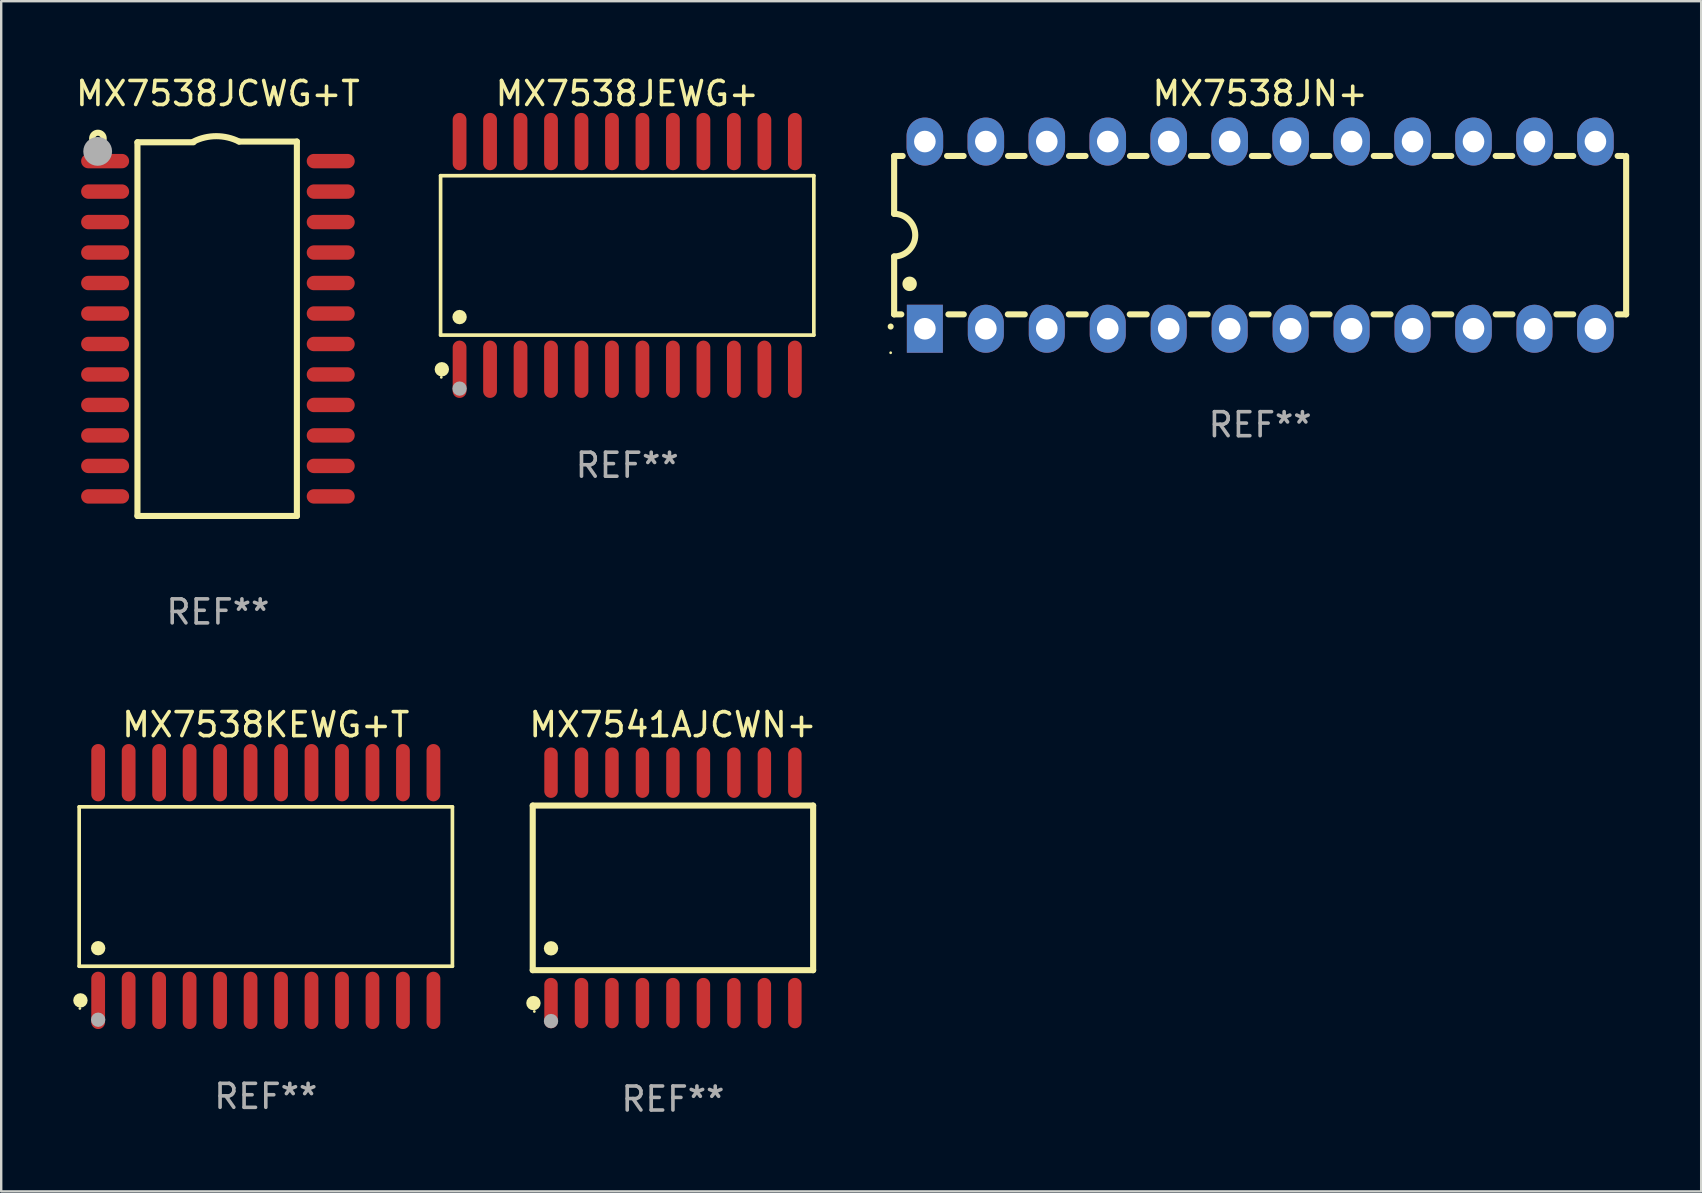
<source format=kicad_pcb>
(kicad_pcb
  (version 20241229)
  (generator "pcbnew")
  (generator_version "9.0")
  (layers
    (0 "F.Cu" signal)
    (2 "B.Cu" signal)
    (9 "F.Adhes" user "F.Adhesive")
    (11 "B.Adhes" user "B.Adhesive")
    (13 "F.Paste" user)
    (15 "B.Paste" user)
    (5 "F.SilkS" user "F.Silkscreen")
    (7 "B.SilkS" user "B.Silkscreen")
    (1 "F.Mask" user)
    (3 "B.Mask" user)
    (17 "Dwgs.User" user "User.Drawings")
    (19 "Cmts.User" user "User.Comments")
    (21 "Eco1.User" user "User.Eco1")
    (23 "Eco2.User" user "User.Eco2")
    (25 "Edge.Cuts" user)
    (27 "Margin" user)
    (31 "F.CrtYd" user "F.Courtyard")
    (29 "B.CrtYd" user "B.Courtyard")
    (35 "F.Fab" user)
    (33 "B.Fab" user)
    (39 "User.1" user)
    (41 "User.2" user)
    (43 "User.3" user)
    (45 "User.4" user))
  (footprint "MX7538KEWG+T"
    (layer "F.Cu")
    (at 8.025 33.889)
    (property "Reference" "MX7538KEWG+T" (at 0 -6.744 0) (layer "F.SilkS") (effects (font (size 1 1) (thickness 0.15))))
    (attr through_hole)
    (fp_line (start -7.776 -3.321) (end 7.776 -3.321) (stroke (width 0.152) (type solid)) (layer "F.SilkS"))
    (fp_line (start -7.776 3.321) (end -7.776 -3.321) (stroke (width 0.152) (type solid)) (layer "F.SilkS"))
    (fp_line (start 7.776 -3.321) (end 7.776 3.321) (stroke (width 0.152) (type solid)) (layer "F.SilkS"))
    (fp_line (start 7.776 3.321) (end -7.776 3.321) (stroke (width 0.152) (type solid)) (layer "F.SilkS"))
    (fp_circle (center -7.747 5.08) (end -7.717 5.08) (stroke (width 0.06) (type solid)) (fill no) (layer "F.SilkS"))
    (fp_circle (center -7.724 4.744) (end -7.574 4.744) (stroke (width 0.3) (type solid)) (fill no) (layer "F.SilkS"))
    (fp_circle (center -6.985 2.569) (end -6.835 2.569) (stroke (width 0.3) (type solid)) (fill no) (layer "F.SilkS"))
    (fp_circle (center -6.985 5.55) (end -6.835 5.55) (stroke (width 0.3) (type solid)) (fill no) (layer "F.Fab"))
    (fp_text user "REF**" (at 0 8.744 0) (layer "F.Fab") (effects (font (size 1 1) (thickness 0.15))))
    (pad "1" smd oval (at -6.985 4.744) (size 0.574 2.388) (layers "F.Cu" "F.Mask" "F.Paste"))
    (pad "2" smd oval (at -5.715 4.744) (size 0.574 2.388) (layers "F.Cu" "F.Mask" "F.Paste"))
    (pad "3" smd oval (at -4.445 4.744) (size 0.574 2.388) (layers "F.Cu" "F.Mask" "F.Paste"))
    (pad "4" smd oval (at -3.175 4.744) (size 0.574 2.388) (layers "F.Cu" "F.Mask" "F.Paste"))
    (pad "5" smd oval (at -1.905 4.744) (size 0.574 2.388) (layers "F.Cu" "F.Mask" "F.Paste"))
    (pad "6" smd oval (at -0.635 4.744) (size 0.574 2.388) (layers "F.Cu" "F.Mask" "F.Paste"))
    (pad "7" smd oval (at 0.635 4.744) (size 0.574 2.388) (layers "F.Cu" "F.Mask" "F.Paste"))
    (pad "8" smd oval (at 1.905 4.744) (size 0.574 2.388) (layers "F.Cu" "F.Mask" "F.Paste"))
    (pad "9" smd oval (at 3.175 4.744) (size 0.574 2.388) (layers "F.Cu" "F.Mask" "F.Paste"))
    (pad "10" smd oval (at 4.445 4.744) (size 0.574 2.388) (layers "F.Cu" "F.Mask" "F.Paste"))
    (pad "11" smd oval (at 5.715 4.744) (size 0.574 2.388) (layers "F.Cu" "F.Mask" "F.Paste"))
    (pad "12" smd oval (at 6.985 4.744) (size 0.574 2.388) (layers "F.Cu" "F.Mask" "F.Paste"))
    (pad "13" smd oval (at 6.985 -4.744) (size 0.574 2.388) (layers "F.Cu" "F.Mask" "F.Paste"))
    (pad "14" smd oval (at 5.715 -4.744) (size 0.574 2.388) (layers "F.Cu" "F.Mask" "F.Paste"))
    (pad "15" smd oval (at 4.445 -4.744) (size 0.574 2.388) (layers "F.Cu" "F.Mask" "F.Paste"))
    (pad "16" smd oval (at 3.175 -4.744) (size 0.574 2.388) (layers "F.Cu" "F.Mask" "F.Paste"))
    (pad "17" smd oval (at 1.905 -4.744) (size 0.574 2.388) (layers "F.Cu" "F.Mask" "F.Paste"))
    (pad "18" smd oval (at 0.635 -4.744) (size 0.574 2.388) (layers "F.Cu" "F.Mask" "F.Paste"))
    (pad "19" smd oval (at -0.635 -4.744) (size 0.574 2.388) (layers "F.Cu" "F.Mask" "F.Paste"))
    (pad "20" smd oval (at -1.905 -4.744) (size 0.574 2.388) (layers "F.Cu" "F.Mask" "F.Paste"))
    (pad "21" smd oval (at -3.175 -4.744) (size 0.574 2.388) (layers "F.Cu" "F.Mask" "F.Paste"))
    (pad "22" smd oval (at -4.445 -4.744) (size 0.574 2.388) (layers "F.Cu" "F.Mask" "F.Paste"))
    (pad "23" smd oval (at -5.715 -4.744) (size 0.574 2.388) (layers "F.Cu" "F.Mask" "F.Paste"))
    (pad "24" smd oval (at -6.985 -4.744) (size 0.574 2.388) (layers "F.Cu" "F.Mask" "F.Paste")))
  (footprint "MX7538JEWG+"
    (layer "F.Cu")
    (at 23.084 7.592)
    (property "Reference" "MX7538JEWG+" (at 0 -6.744 0) (layer "F.SilkS") (effects (font (size 1 1) (thickness 0.15))))
    (attr through_hole)
    (fp_line (start -7.776 -3.321) (end 7.776 -3.321) (stroke (width 0.152) (type solid)) (layer "F.SilkS"))
    (fp_line (start -7.776 3.321) (end -7.776 -3.321) (stroke (width 0.152) (type solid)) (layer "F.SilkS"))
    (fp_line (start 7.776 -3.321) (end 7.776 3.321) (stroke (width 0.152) (type solid)) (layer "F.SilkS"))
    (fp_line (start 7.776 3.321) (end -7.776 3.321) (stroke (width 0.152) (type solid)) (layer "F.SilkS"))
    (fp_circle (center -7.747 5.08) (end -7.717 5.08) (stroke (width 0.06) (type solid)) (fill no) (layer "F.SilkS"))
    (fp_circle (center -7.724 4.744) (end -7.574 4.744) (stroke (width 0.3) (type solid)) (fill no) (layer "F.SilkS"))
    (fp_circle (center -6.985 2.569) (end -6.835 2.569) (stroke (width 0.3) (type solid)) (fill no) (layer "F.SilkS"))
    (fp_circle (center -6.985 5.55) (end -6.835 5.55) (stroke (width 0.3) (type solid)) (fill no) (layer "F.Fab"))
    (fp_text user "REF**" (at 0 8.744 0) (layer "F.Fab") (effects (font (size 1 1) (thickness 0.15))))
    (pad "1" smd oval (at -6.985 4.744) (size 0.574 2.388) (layers "F.Cu" "F.Mask" "F.Paste"))
    (pad "2" smd oval (at -5.715 4.744) (size 0.574 2.388) (layers "F.Cu" "F.Mask" "F.Paste"))
    (pad "3" smd oval (at -4.445 4.744) (size 0.574 2.388) (layers "F.Cu" "F.Mask" "F.Paste"))
    (pad "4" smd oval (at -3.175 4.744) (size 0.574 2.388) (layers "F.Cu" "F.Mask" "F.Paste"))
    (pad "5" smd oval (at -1.905 4.744) (size 0.574 2.388) (layers "F.Cu" "F.Mask" "F.Paste"))
    (pad "6" smd oval (at -0.635 4.744) (size 0.574 2.388) (layers "F.Cu" "F.Mask" "F.Paste"))
    (pad "7" smd oval (at 0.635 4.744) (size 0.574 2.388) (layers "F.Cu" "F.Mask" "F.Paste"))
    (pad "8" smd oval (at 1.905 4.744) (size 0.574 2.388) (layers "F.Cu" "F.Mask" "F.Paste"))
    (pad "9" smd oval (at 3.175 4.744) (size 0.574 2.388) (layers "F.Cu" "F.Mask" "F.Paste"))
    (pad "10" smd oval (at 4.445 4.744) (size 0.574 2.388) (layers "F.Cu" "F.Mask" "F.Paste"))
    (pad "11" smd oval (at 5.715 4.744) (size 0.574 2.388) (layers "F.Cu" "F.Mask" "F.Paste"))
    (pad "12" smd oval (at 6.985 4.744) (size 0.574 2.388) (layers "F.Cu" "F.Mask" "F.Paste"))
    (pad "13" smd oval (at 6.985 -4.744) (size 0.574 2.388) (layers "F.Cu" "F.Mask" "F.Paste"))
    (pad "14" smd oval (at 5.715 -4.744) (size 0.574 2.388) (layers "F.Cu" "F.Mask" "F.Paste"))
    (pad "15" smd oval (at 4.445 -4.744) (size 0.574 2.388) (layers "F.Cu" "F.Mask" "F.Paste"))
    (pad "16" smd oval (at 3.175 -4.744) (size 0.574 2.388) (layers "F.Cu" "F.Mask" "F.Paste"))
    (pad "17" smd oval (at 1.905 -4.744) (size 0.574 2.388) (layers "F.Cu" "F.Mask" "F.Paste"))
    (pad "18" smd oval (at 0.635 -4.744) (size 0.574 2.388) (layers "F.Cu" "F.Mask" "F.Paste"))
    (pad "19" smd oval (at -0.635 -4.744) (size 0.574 2.388) (layers "F.Cu" "F.Mask" "F.Paste"))
    (pad "20" smd oval (at -1.905 -4.744) (size 0.574 2.388) (layers "F.Cu" "F.Mask" "F.Paste"))
    (pad "21" smd oval (at -3.175 -4.744) (size 0.574 2.388) (layers "F.Cu" "F.Mask" "F.Paste"))
    (pad "22" smd oval (at -4.445 -4.744) (size 0.574 2.388) (layers "F.Cu" "F.Mask" "F.Paste"))
    (pad "23" smd oval (at -5.715 -4.744) (size 0.574 2.388) (layers "F.Cu" "F.Mask" "F.Paste"))
    (pad "24" smd oval (at -6.985 -4.744) (size 0.574 2.388) (layers "F.Cu" "F.Mask" "F.Paste")))
  (footprint "MX7538JN+"
    (layer "F.Cu")
    (at 49.456 6.748)
    (property "Reference" "MX7538JN+" (at 0 -5.9 0) (layer "F.SilkS") (effects (font (size 1 1) (thickness 0.15))))
    (attr through_hole)
    (fp_line (start -15.25 -3.3) (end -15.25 -0.889) (stroke (width 0.254) (type solid)) (layer "F.SilkS"))
    (fp_line (start -15.25 -3.3) (end -14.895 -3.3) (stroke (width 0.254) (type solid)) (layer "F.SilkS"))
    (fp_line (start -15.25 3.3) (end -15.25 0.889) (stroke (width 0.254) (type solid)) (layer "F.SilkS"))
    (fp_line (start -15.25 3.3) (end -14.951 3.3) (stroke (width 0.254) (type solid)) (layer "F.SilkS"))
    (fp_line (start -13.045 -3.3) (end -12.355 -3.3) (stroke (width 0.254) (type solid)) (layer "F.SilkS"))
    (fp_line (start -12.989 3.3) (end -12.347 3.3) (stroke (width 0.254) (type solid)) (layer "F.SilkS"))
    (fp_line (start -10.514 3.3) (end -9.807 3.3) (stroke (width 0.254) (type solid)) (layer "F.SilkS"))
    (fp_line (start -10.505 -3.3) (end -9.815 -3.3) (stroke (width 0.254) (type solid)) (layer "F.SilkS"))
    (fp_line (start -7.974 3.3) (end -7.267 3.3) (stroke (width 0.254) (type solid)) (layer "F.SilkS"))
    (fp_line (start -7.965 -3.3) (end -7.275 -3.3) (stroke (width 0.254) (type solid)) (layer "F.SilkS"))
    (fp_line (start -5.434 3.3) (end -4.727 3.3) (stroke (width 0.254) (type solid)) (layer "F.SilkS"))
    (fp_line (start -5.425 -3.3) (end -4.735 -3.3) (stroke (width 0.254) (type solid)) (layer "F.SilkS"))
    (fp_line (start -2.894 3.3) (end -2.187 3.3) (stroke (width 0.254) (type solid)) (layer "F.SilkS"))
    (fp_line (start -2.885 -3.3) (end -2.195 -3.3) (stroke (width 0.254) (type solid)) (layer "F.SilkS"))
    (fp_line (start -0.354 3.3) (end 0.353 3.3) (stroke (width 0.254) (type solid)) (layer "F.SilkS"))
    (fp_line (start -0.345 -3.3) (end 0.345 -3.3) (stroke (width 0.254) (type solid)) (layer "F.SilkS"))
    (fp_line (start 2.186 3.3) (end 2.893 3.3) (stroke (width 0.254) (type solid)) (layer "F.SilkS"))
    (fp_line (start 2.195 -3.3) (end 2.885 -3.3) (stroke (width 0.254) (type solid)) (layer "F.SilkS"))
    (fp_line (start 4.726 3.3) (end 5.434 3.3) (stroke (width 0.254) (type solid)) (layer "F.SilkS"))
    (fp_line (start 4.735 -3.3) (end 5.425 -3.3) (stroke (width 0.254) (type solid)) (layer "F.SilkS"))
    (fp_line (start 7.266 3.3) (end 7.965 3.3) (stroke (width 0.254) (type solid)) (layer "F.SilkS"))
    (fp_line (start 7.275 -3.3) (end 7.965 -3.3) (stroke (width 0.254) (type solid)) (layer "F.SilkS"))
    (fp_line (start 9.815 -3.3) (end 10.505 -3.3) (stroke (width 0.254) (type solid)) (layer "F.SilkS"))
    (fp_line (start 9.815 3.3) (end 10.514 3.3) (stroke (width 0.254) (type solid)) (layer "F.SilkS"))
    (fp_line (start 12.346 3.3) (end 13.045 3.3) (stroke (width 0.254) (type solid)) (layer "F.SilkS"))
    (fp_line (start 12.355 -3.3) (end 13.045 -3.3) (stroke (width 0.254) (type solid)) (layer "F.SilkS"))
    (fp_line (start 14.895 -3.3) (end 15.113 -3.3) (stroke (width 0.254) (type solid)) (layer "F.SilkS"))
    (fp_line (start 14.895 3.3) (end 15.25 3.3) (stroke (width 0.254) (type solid)) (layer "F.SilkS"))
    (fp_line (start 15.25 -3.3) (end 15.25 3.3) (stroke (width 0.254) (type solid)) (layer "F.SilkS"))
    (fp_arc (start -15.394971 3.810033) (mid -15.394978 3.808763) (end -15.394971 3.807493) (stroke (width 0.25) (type solid)) (layer "F.SilkS"))
    (fp_arc (start -15.251053 -0.890146) (mid -14.361467 -0.001067) (end -15.250038 0.889027) (stroke (width 0.254001) (type solid)) (layer "F.SilkS"))
    (fp_arc (start -14.605029 2.032029) (mid -14.60504 2.029489) (end -14.605029 2.026949) (stroke (width 0.6) (type solid)) (layer "F.SilkS"))
    (fp_circle (center -15.395 4.9) (end -15.365 4.9) (stroke (width 0.06) (type solid)) (fill no) (layer "F.SilkS"))
    (fp_text user "REF**" (at 0 7.9 0) (layer "F.Fab") (effects (font (size 1 1) (thickness 0.15))))
    (pad "1" thru_hole rect (at -13.97 3.9 90) (size 2 1.5) (drill 0.9) (layers "*.Cu" "*.Mask"))
    (pad "2" thru_hole oval (at -11.43 3.9 90) (size 2 1.5) (drill 0.9) (layers "*.Cu" "*.Mask"))
    (pad "3" thru_hole oval (at -8.89 3.9 90) (size 2 1.5) (drill 0.9) (layers "*.Cu" "*.Mask"))
    (pad "4" thru_hole oval (at -6.35 3.9 90) (size 2 1.5) (drill 0.9) (layers "*.Cu" "*.Mask"))
    (pad "5" thru_hole oval (at -3.81 3.9 90) (size 2 1.5) (drill 0.9) (layers "*.Cu" "*.Mask"))
    (pad "6" thru_hole oval (at -1.27 3.9 90) (size 2 1.5) (drill 0.9) (layers "*.Cu" "*.Mask"))
    (pad "7" thru_hole oval (at 1.27 3.9 90) (size 2 1.5) (drill 0.9) (layers "*.Cu" "*.Mask"))
    (pad "8" thru_hole oval (at 3.81 3.9 90) (size 2 1.5) (drill 0.9) (layers "*.Cu" "*.Mask"))
    (pad "9" thru_hole oval (at 6.35 3.9 90) (size 2 1.5) (drill 0.9) (layers "*.Cu" "*.Mask"))
    (pad "10" thru_hole oval (at 8.89 3.9 90) (size 2 1.524) (drill 0.9) (layers "*.Cu" "*.Mask"))
    (pad "11" thru_hole oval (at 11.43 3.9 90) (size 2 1.5) (drill 0.9) (layers "*.Cu" "*.Mask"))
    (pad "12" thru_hole oval (at 13.97 3.9 90) (size 2 1.524) (drill 0.9) (layers "*.Cu" "*.Mask"))
    (pad "13" thru_hole oval (at 13.97 -3.9 90) (size 2 1.524) (drill 0.9) (layers "*.Cu" "*.Mask"))
    (pad "14" thru_hole oval (at 11.43 -3.9 90) (size 2 1.524) (drill 0.9) (layers "*.Cu" "*.Mask"))
    (pad "15" thru_hole oval (at 8.89 -3.9 90) (size 2 1.524) (drill 0.9) (layers "*.Cu" "*.Mask"))
    (pad "16" thru_hole oval (at 6.35 -3.9 90) (size 2 1.524) (drill 0.9) (layers "*.Cu" "*.Mask"))
    (pad "17" thru_hole oval (at 3.81 -3.9 90) (size 2 1.524) (drill 0.9) (layers "*.Cu" "*.Mask"))
    (pad "18" thru_hole oval (at 1.27 -3.9 90) (size 2 1.524) (drill 0.9) (layers "*.Cu" "*.Mask"))
    (pad "19" thru_hole oval (at -1.27 -3.9 90) (size 2 1.524) (drill 0.9) (layers "*.Cu" "*.Mask"))
    (pad "20" thru_hole oval (at -3.81 -3.9 90) (size 2 1.524) (drill 0.9) (layers "*.Cu" "*.Mask"))
    (pad "21" thru_hole oval (at -6.35 -3.9 90) (size 2 1.524) (drill 0.9) (layers "*.Cu" "*.Mask"))
    (pad "22" thru_hole oval (at -8.89 -3.9 90) (size 2 1.524) (drill 0.9) (layers "*.Cu" "*.Mask"))
    (pad "23" thru_hole oval (at -11.43 -3.9 90) (size 2 1.524) (drill 0.9) (layers "*.Cu" "*.Mask"))
    (pad "24" thru_hole oval (at -13.97 -3.9 90) (size 2 1.524) (drill 0.9) (layers "*.Cu" "*.Mask")))
  (footprint "MX7541AJCWN+"
    (layer "F.Cu")
    (at 24.989 33.945)
    (property "Reference" "MX7541AJCWN+" (at 0 -6.8 0) (layer "F.SilkS") (effects (font (size 1 1) (thickness 0.15))))
    (attr through_hole)
    (fp_line (start -5.842 -3.429) (end -5.842 3.429) (stroke (width 0.254) (type solid)) (layer "F.SilkS"))
    (fp_line (start -5.842 3.429) (end 5.842 3.429) (stroke (width 0.254) (type solid)) (layer "F.SilkS"))
    (fp_line (start 5.842 -3.429) (end -5.842 -3.429) (stroke (width 0.254) (type solid)) (layer "F.SilkS"))
    (fp_line (start 5.842 3.429) (end 5.842 -3.429) (stroke (width 0.254) (type solid)) (layer "F.SilkS"))
    (fp_circle (center -5.812 4.8) (end -5.662 4.8) (stroke (width 0.3) (type solid)) (fill no) (layer "F.SilkS"))
    (fp_circle (center -5.775 5.15) (end -5.745 5.15) (stroke (width 0.06) (type solid)) (fill no) (layer "F.SilkS"))
    (fp_circle (center -5.08 2.519) (end -4.93 2.519) (stroke (width 0.3) (type solid)) (fill no) (layer "F.SilkS"))
    (fp_circle (center -5.08 5.55) (end -4.93 5.55) (stroke (width 0.3) (type solid)) (fill no) (layer "F.Fab"))
    (fp_text user "REF**" (at 0 8.8 0) (layer "F.Fab") (effects (font (size 1 1) (thickness 0.15))))
    (pad "1" smd oval (at -5.08 4.8) (size 0.56 2.1) (layers "F.Cu" "F.Mask" "F.Paste"))
    (pad "2" smd oval (at -3.81 4.8) (size 0.56 2.1) (layers "F.Cu" "F.Mask" "F.Paste"))
    (pad "3" smd oval (at -2.54 4.8) (size 0.56 2.1) (layers "F.Cu" "F.Mask" "F.Paste"))
    (pad "4" smd oval (at -1.27 4.8) (size 0.56 2.1) (layers "F.Cu" "F.Mask" "F.Paste"))
    (pad "5" smd oval (at 0 4.8) (size 0.56 2.1) (layers "F.Cu" "F.Mask" "F.Paste"))
    (pad "6" smd oval (at 1.27 4.8) (size 0.56 2.1) (layers "F.Cu" "F.Mask" "F.Paste"))
    (pad "7" smd oval (at 2.54 4.8) (size 0.56 2.1) (layers "F.Cu" "F.Mask" "F.Paste"))
    (pad "8" smd oval (at 3.81 4.8) (size 0.56 2.1) (layers "F.Cu" "F.Mask" "F.Paste"))
    (pad "9" smd oval (at 5.08 4.8) (size 0.56 2.1) (layers "F.Cu" "F.Mask" "F.Paste"))
    (pad "10" smd oval (at 5.08 -4.8) (size 0.56 2.1) (layers "F.Cu" "F.Mask" "F.Paste"))
    (pad "11" smd oval (at 3.81 -4.8) (size 0.56 2.1) (layers "F.Cu" "F.Mask" "F.Paste"))
    (pad "12" smd oval (at 2.54 -4.8) (size 0.56 2.1) (layers "F.Cu" "F.Mask" "F.Paste"))
    (pad "13" smd oval (at 1.27 -4.8) (size 0.56 2.1) (layers "F.Cu" "F.Mask" "F.Paste"))
    (pad "14" smd oval (at 0 -4.8) (size 0.56 2.1) (layers "F.Cu" "F.Mask" "F.Paste"))
    (pad "15" smd oval (at -1.27 -4.8) (size 0.56 2.1) (layers "F.Cu" "F.Mask" "F.Paste"))
    (pad "16" smd oval (at -2.54 -4.8) (size 0.56 2.1) (layers "F.Cu" "F.Mask" "F.Paste"))
    (pad "17" smd oval (at -3.81 -4.8) (size 0.56 2.1) (layers "F.Cu" "F.Mask" "F.Paste"))
    (pad "18" smd oval (at -5.08 -4.8) (size 0.56 2.1) (layers "F.Cu" "F.Mask" "F.Paste")))
  (footprint "MX7538JCWG+T"
    (layer "F.Cu")
    (at 6.03 10.648)
    (property "Reference" "MX7538JCWG+T" (at 0 -9.8 0) (layer "F.SilkS") (effects (font (size 1 1) (thickness 0.15))))
    (attr through_hole)
    (fp_line (start -3.353 -7.77) (end -1.016 -7.77) (stroke (width 0.254) (type solid)) (layer "F.SilkS"))
    (fp_line (start -3.353 7.8) (end -3.353 -7.77) (stroke (width 0.254) (type solid)) (layer "F.SilkS"))
    (fp_line (start 0.881 -7.8) (end 3.29 -7.8) (stroke (width 0.254) (type solid)) (layer "F.SilkS"))
    (fp_line (start 3.29 -7.8) (end 3.29 7.8) (stroke (width 0.254) (type solid)) (layer "F.SilkS"))
    (fp_line (start 3.29 7.8) (end -3.353 7.8) (stroke (width 0.254) (type solid)) (layer "F.SilkS"))
    (fp_arc (start -1.015951 -7.800025) (mid -0.067691 -8.023879) (end 0.880569 -7.800025) (stroke (width 0.254001) (type solid)) (layer "F.SilkS"))
    (fp_circle (center -5 -7.927) (end -4.886 -7.927) (stroke (width 0.254) (type solid)) (fill no) (layer "F.SilkS"))
    (fp_circle (center -5.01 -7.39) (end -4.71 -7.39) (stroke (width 0.6) (type solid)) (fill no) (layer "F.Fab"))
    (fp_text user "REF**" (at 0 11.8 0) (layer "F.Fab") (effects (font (size 1 1) (thickness 0.15))))
    (pad "1" smd oval (at -4.7 -6.985 270) (size 0.6 2) (layers "F.Cu" "F.Mask" "F.Paste"))
    (pad "2" smd oval (at -4.7 -5.715 270) (size 0.6 2) (layers "F.Cu" "F.Mask" "F.Paste"))
    (pad "3" smd oval (at -4.7 -4.445 270) (size 0.6 2) (layers "F.Cu" "F.Mask" "F.Paste"))
    (pad "4" smd oval (at -4.7 -3.175 270) (size 0.6 2) (layers "F.Cu" "F.Mask" "F.Paste"))
    (pad "5" smd oval (at -4.7 -1.905 270) (size 0.6 2) (layers "F.Cu" "F.Mask" "F.Paste"))
    (pad "6" smd oval (at -4.7 -0.635 270) (size 0.6 2) (layers "F.Cu" "F.Mask" "F.Paste"))
    (pad "7" smd oval (at -4.7 0.635 270) (size 0.6 2) (layers "F.Cu" "F.Mask" "F.Paste"))
    (pad "8" smd oval (at -4.7 1.905 270) (size 0.6 2) (layers "F.Cu" "F.Mask" "F.Paste"))
    (pad "9" smd oval (at -4.7 3.175 270) (size 0.6 2) (layers "F.Cu" "F.Mask" "F.Paste"))
    (pad "10" smd oval (at -4.7 4.445 270) (size 0.6 2) (layers "F.Cu" "F.Mask" "F.Paste"))
    (pad "11" smd oval (at -4.7 5.715 270) (size 0.6 2) (layers "F.Cu" "F.Mask" "F.Paste"))
    (pad "12" smd oval (at -4.7 6.985 270) (size 0.6 2) (layers "F.Cu" "F.Mask" "F.Paste"))
    (pad "13" smd oval (at 4.7 6.985 270) (size 0.6 2) (layers "F.Cu" "F.Mask" "F.Paste"))
    (pad "14" smd oval (at 4.7 5.715 270) (size 0.6 2) (layers "F.Cu" "F.Mask" "F.Paste"))
    (pad "15" smd oval (at 4.7 4.445 270) (size 0.6 2) (layers "F.Cu" "F.Mask" "F.Paste"))
    (pad "16" smd oval (at 4.7 3.175 270) (size 0.6 2) (layers "F.Cu" "F.Mask" "F.Paste"))
    (pad "17" smd oval (at 4.7 1.905 270) (size 0.6 2) (layers "F.Cu" "F.Mask" "F.Paste"))
    (pad "18" smd oval (at 4.7 0.635 270) (size 0.6 2) (layers "F.Cu" "F.Mask" "F.Paste"))
    (pad "19" smd oval (at 4.7 -0.635 270) (size 0.6 2) (layers "F.Cu" "F.Mask" "F.Paste"))
    (pad "20" smd oval (at 4.7 -1.905 270) (size 0.6 2) (layers "F.Cu" "F.Mask" "F.Paste"))
    (pad "21" smd oval (at 4.7 -3.175 270) (size 0.6 2) (layers "F.Cu" "F.Mask" "F.Paste"))
    (pad "22" smd oval (at 4.7 -4.445 270) (size 0.6 2) (layers "F.Cu" "F.Mask" "F.Paste"))
    (pad "23" smd oval (at 4.7 -5.715 270) (size 0.6 2) (layers "F.Cu" "F.Mask" "F.Paste"))
    (pad "24" smd oval (at 4.7 -6.985 270) (size 0.6 2) (layers "F.Cu" "F.Mask" "F.Paste")))
  (gr_rect
    (start -3 -3)
    (end 67.833 46.593)
    (stroke (width 0.1) (type default))
    (fill no)
    (layer "Edge.Cuts")))
</source>
